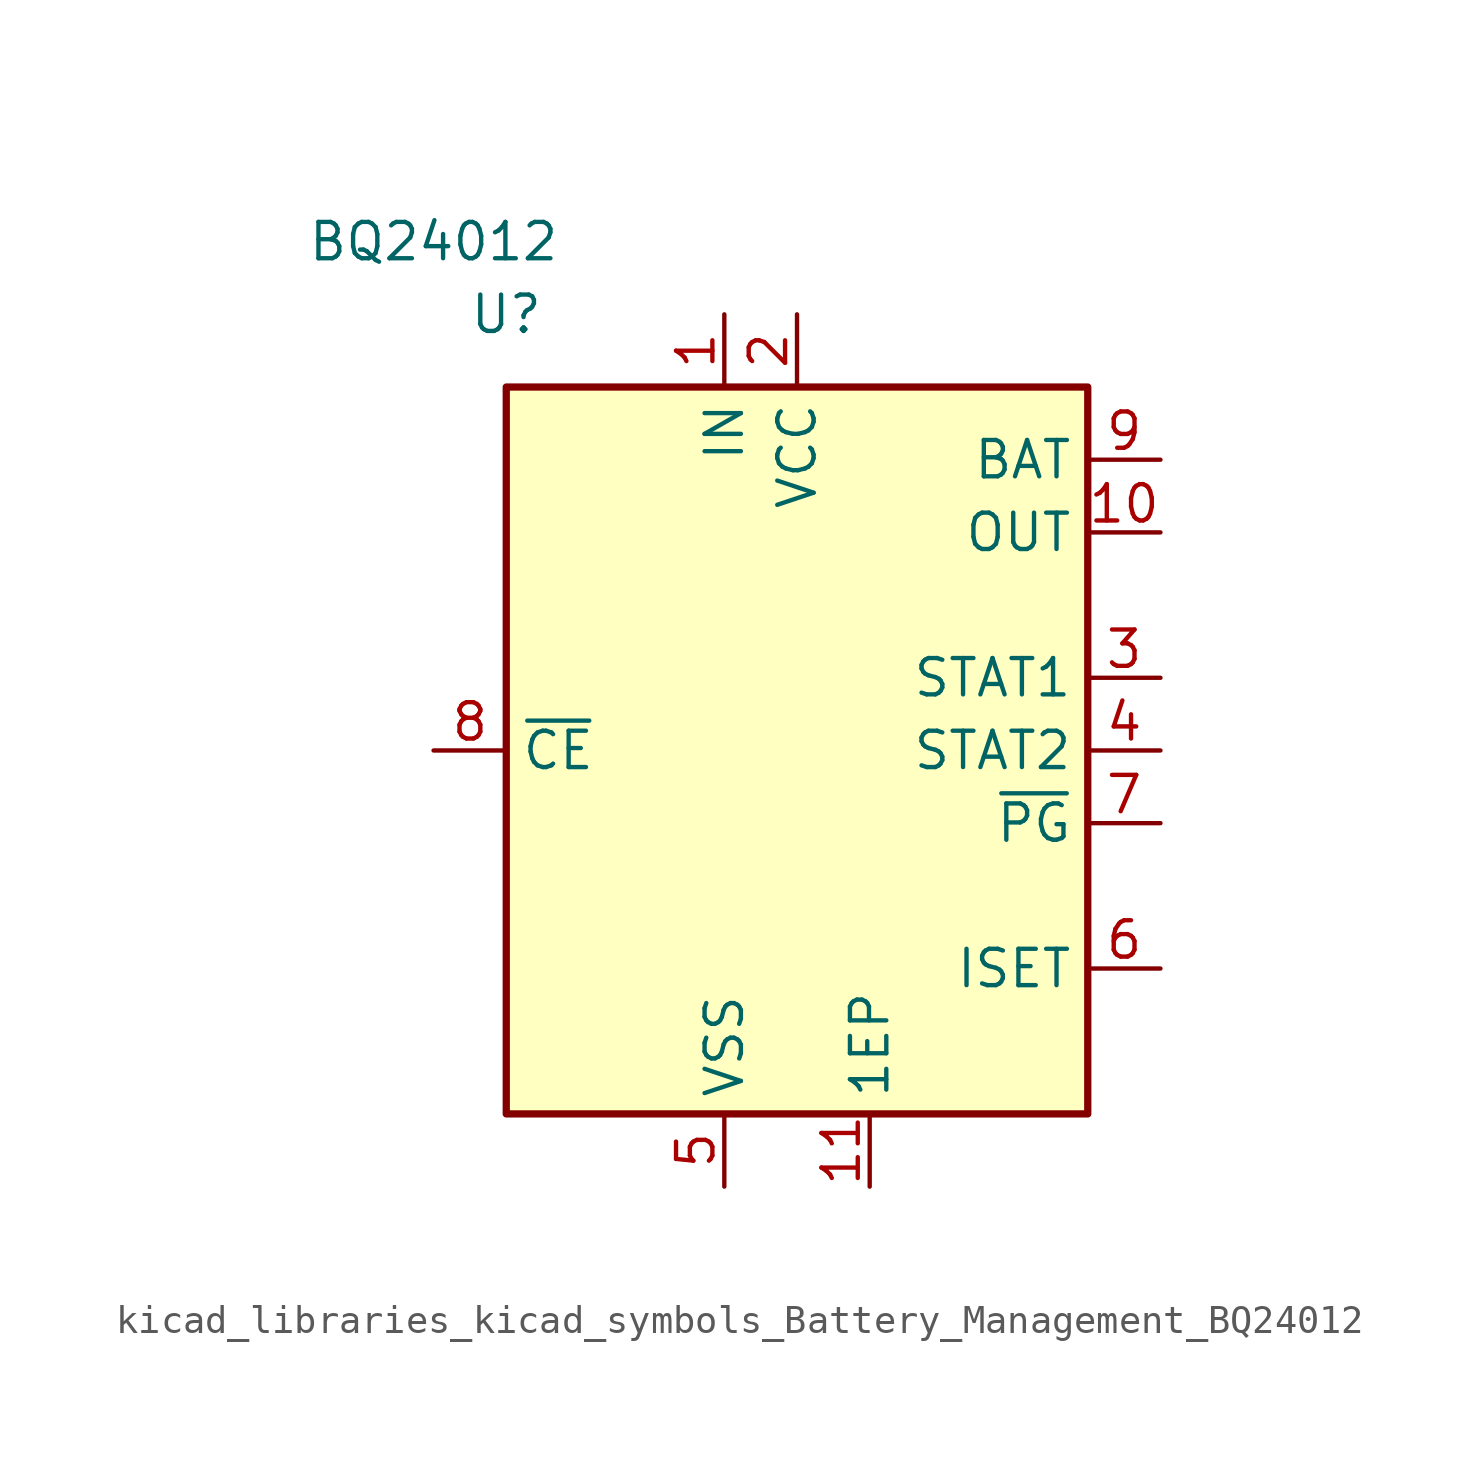
<source format=kicad_sym>
(kicad_symbol_lib
  (version 20220914)
  (generator kicad_symbol_editor)
  (symbol "kicad_libraries_kicad_symbols_Battery_Management_BQ24012"
    (property "Reference" "U"
      (at -10.16 15.24 0)
      (effects (font (size 1.27 1.27))))
    (property "Value" "BQ24012"
      (at -12.7 17.78 0)
      (effects (font (size 1.27 1.27))))
    (symbol "kicad_libraries_kicad_symbols_Battery_Management_BQ24012_0_1"
      (rectangle (start -10.16 12.7) (end 10.16 -12.7) (stroke (width 0.254) (type default)) (fill (type background))))
    (symbol "kicad_libraries_kicad_symbols_Battery_Management_BQ24012_1_1"
      (pin power_in line (at -2.54 15.24 270) (length 2.54) (name "IN" (effects (font (size 1.27 1.27)))) (number "1" (effects (font (size 1.27 1.27)))))
      (pin power_out line (at 12.7 7.62 180) (length 2.54) (name "OUT" (effects (font (size 1.27 1.27)))) (number "10" (effects (font (size 1.27 1.27)))))
      (pin passive line (at 2.54 -15.24 90) (length 2.54) (name "1EP" (effects (font (size 1.27 1.27)))) (number "11" (effects (font (size 1.27 1.27)))))
      (pin power_in line (at 0 15.24 270) (length 2.54) (name "VCC" (effects (font (size 1.27 1.27)))) (number "2" (effects (font (size 1.27 1.27)))))
      (pin open_collector line (at 12.7 2.54 180) (length 2.54) (name "STAT1" (effects (font (size 1.27 1.27)))) (number "3" (effects (font (size 1.27 1.27)))))
      (pin open_collector line (at 12.7 0 180) (length 2.54) (name "STAT2" (effects (font (size 1.27 1.27)))) (number "4" (effects (font (size 1.27 1.27)))))
      (pin power_in line (at -2.54 -15.24 90) (length 2.54) (name "VSS" (effects (font (size 1.27 1.27)))) (number "5" (effects (font (size 1.27 1.27)))))
      (pin output line (at 12.7 -7.62 180) (length 2.54) (name "ISET" (effects (font (size 1.27 1.27)))) (number "6" (effects (font (size 1.27 1.27)))))
      (pin open_collector line (at 12.7 -2.54 180) (length 2.54) (name "~{PG}" (effects (font (size 1.27 1.27)))) (number "7" (effects (font (size 1.27 1.27)))))
      (pin input line (at -12.7 0 0) (length 2.54) (name "~{CE}" (effects (font (size 1.27 1.27)))) (number "8" (effects (font (size 1.27 1.27)))))
      (pin input line (at 12.7 10.16 180) (length 2.54) (name "BAT" (effects (font (size 1.27 1.27)))) (number "9" (effects (font (size 1.27 1.27))))))))
</source>
